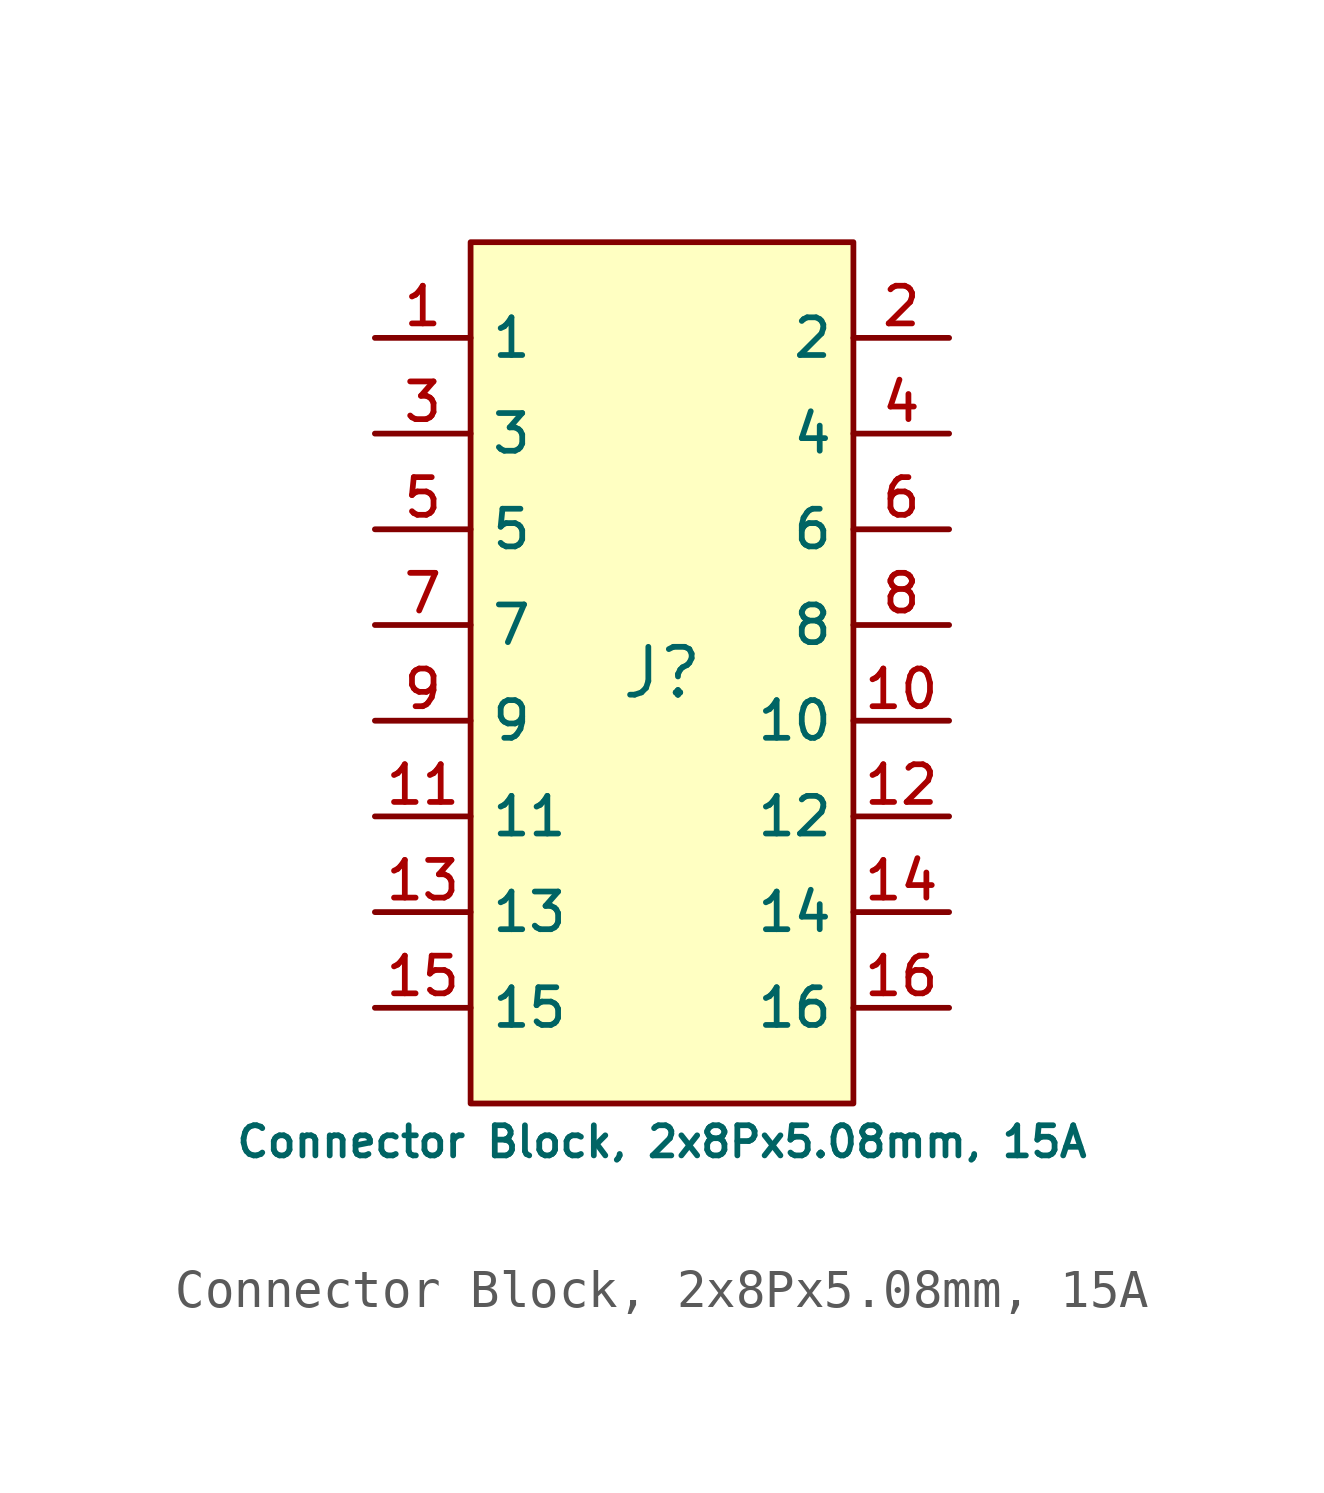
<source format=kicad_sym>
(kicad_symbol_lib
  (version 20231120)
  (generator "CDFER_Archive_Tool")
  (generator_version "0.0")
  (symbol "Connector Block, 2x8Px5.08mm, 15A"
    (property "Reference" "J"
      (at 0 1.27 0)
      (effects (font (size 1.27 1.27))))
    (property "Value" "Connector Block, 2x8Px5.08mm, 15A"
      (at 0 -11.176 0)
      (effects (font (size 0.8 0.8))))
    (symbol "Connector Block, 2x8Px5.08mm, 15A_0_1"
      (rectangle (start -5.08 12.7) (end 5.08 -10.16) (stroke (width 0) (type default)) (fill (type background)))
      (pin unspecified line (at -7.62 10.16 0) (length 2.54) (name "1" (effects (font (size 1 1)))) (number "1" (effects (font (size 1 1)))))
      (pin unspecified line (at 7.62 0 180) (length 2.54) (name "10" (effects (font (size 1 1)))) (number "10" (effects (font (size 1 1)))))
      (pin unspecified line (at -7.62 -2.54 0) (length 2.54) (name "11" (effects (font (size 1 1)))) (number "11" (effects (font (size 1 1)))))
      (pin unspecified line (at 7.62 -2.54 180) (length 2.54) (name "12" (effects (font (size 1 1)))) (number "12" (effects (font (size 1 1)))))
      (pin unspecified line (at -7.62 -5.08 0) (length 2.54) (name "13" (effects (font (size 1 1)))) (number "13" (effects (font (size 1 1)))))
      (pin unspecified line (at 7.62 -5.08 180) (length 2.54) (name "14" (effects (font (size 1 1)))) (number "14" (effects (font (size 1 1)))))
      (pin unspecified line (at -7.62 -7.62 0) (length 2.54) (name "15" (effects (font (size 1 1)))) (number "15" (effects (font (size 1 1)))))
      (pin unspecified line (at 7.62 -7.62 180) (length 2.54) (name "16" (effects (font (size 1 1)))) (number "16" (effects (font (size 1 1)))))
      (pin unspecified line (at 7.62 10.16 180) (length 2.54) (name "2" (effects (font (size 1 1)))) (number "2" (effects (font (size 1 1)))))
      (pin unspecified line (at -7.62 7.62 0) (length 2.54) (name "3" (effects (font (size 1 1)))) (number "3" (effects (font (size 1 1)))))
      (pin unspecified line (at 7.62 7.62 180) (length 2.54) (name "4" (effects (font (size 1 1)))) (number "4" (effects (font (size 1 1)))))
      (pin unspecified line (at -7.62 5.08 0) (length 2.54) (name "5" (effects (font (size 1 1)))) (number "5" (effects (font (size 1 1)))))
      (pin unspecified line (at 7.62 5.08 180) (length 2.54) (name "6" (effects (font (size 1 1)))) (number "6" (effects (font (size 1 1)))))
      (pin unspecified line (at -7.62 2.54 0) (length 2.54) (name "7" (effects (font (size 1 1)))) (number "7" (effects (font (size 1 1)))))
      (pin unspecified line (at 7.62 2.54 180) (length 2.54) (name "8" (effects (font (size 1 1)))) (number "8" (effects (font (size 1 1)))))
      (pin unspecified line (at -7.62 0 0) (length 2.54) (name "9" (effects (font (size 1 1)))) (number "9" (effects (font (size 1 1))))))))
</source>
